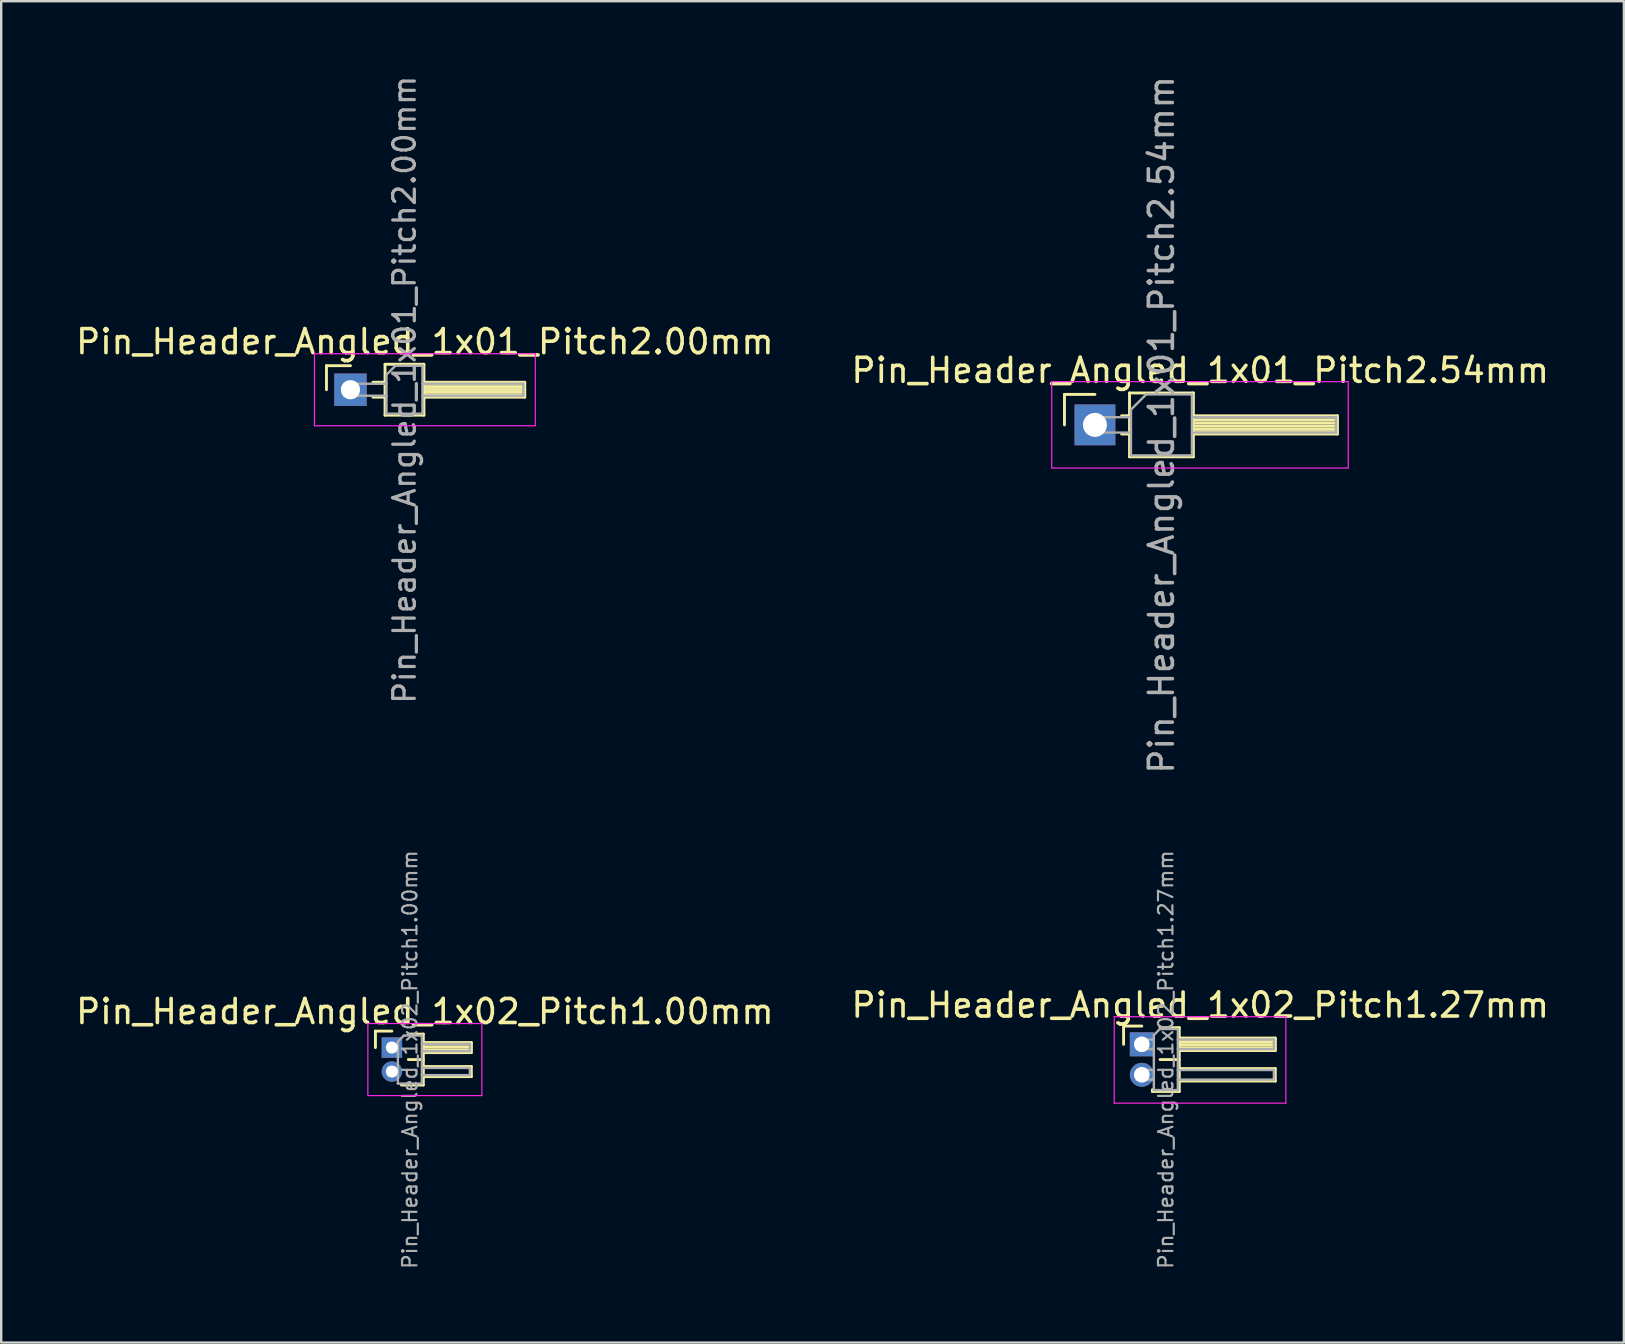
<source format=kicad_pcb>
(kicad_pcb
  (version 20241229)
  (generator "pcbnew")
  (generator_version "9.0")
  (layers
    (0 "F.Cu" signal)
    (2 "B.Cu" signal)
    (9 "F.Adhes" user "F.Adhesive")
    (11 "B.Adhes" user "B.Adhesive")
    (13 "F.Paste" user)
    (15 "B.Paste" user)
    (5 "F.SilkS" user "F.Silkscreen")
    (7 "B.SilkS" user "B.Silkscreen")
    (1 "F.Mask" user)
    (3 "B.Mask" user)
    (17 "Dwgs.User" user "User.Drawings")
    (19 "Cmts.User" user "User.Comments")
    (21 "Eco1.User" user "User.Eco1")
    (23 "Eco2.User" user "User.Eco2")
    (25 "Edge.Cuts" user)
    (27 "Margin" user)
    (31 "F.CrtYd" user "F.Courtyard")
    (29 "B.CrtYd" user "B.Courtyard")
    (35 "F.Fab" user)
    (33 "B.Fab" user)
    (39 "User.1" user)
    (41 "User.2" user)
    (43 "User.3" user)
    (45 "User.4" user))
  (footprint "Pin_Header_Angled_1x02_Pitch1.27mm"
    (layer "F.Cu")
    (at 44.514 40.452)
    (property "Reference" "Pin_Header_Angled_1x02_Pitch1.27mm" (at 2.433 -1.635 0) (layer "F.SilkS") (effects (font (size 1 1) (thickness 0.15))))
    (attr through_hole)
    (fp_line (start -0.76 -0.76) (end 0 -0.76) (stroke (width 0.12) (type solid)) (layer "F.SilkS"))
    (fp_line (start -0.76 0) (end -0.76 -0.76) (stroke (width 0.12) (type solid)) (layer "F.SilkS"))
    (fp_line (start 0.44 1.965) (end 0.44 1.89) (stroke (width 0.12) (type solid)) (layer "F.SilkS"))
    (fp_line (start 0.76 -0.695) (end 1.56 -0.695) (stroke (width 0.12) (type solid)) (layer "F.SilkS"))
    (fp_line (start 0.76 0.635) (end 1.56 0.635) (stroke (width 0.12) (type solid)) (layer "F.SilkS"))
    (fp_line (start 1.56 -0.695) (end 1.56 1.965) (stroke (width 0.12) (type solid)) (layer "F.SilkS"))
    (fp_line (start 1.56 -0.26) (end 5.56 -0.26) (stroke (width 0.12) (type solid)) (layer "F.SilkS"))
    (fp_line (start 1.56 -0.2) (end 5.56 -0.2) (stroke (width 0.12) (type solid)) (layer "F.SilkS"))
    (fp_line (start 1.56 -0.08) (end 5.56 -0.08) (stroke (width 0.12) (type solid)) (layer "F.SilkS"))
    (fp_line (start 1.56 0.04) (end 5.56 0.04) (stroke (width 0.12) (type solid)) (layer "F.SilkS"))
    (fp_line (start 1.56 0.16) (end 5.56 0.16) (stroke (width 0.12) (type solid)) (layer "F.SilkS"))
    (fp_line (start 1.56 1.01) (end 5.56 1.01) (stroke (width 0.12) (type solid)) (layer "F.SilkS"))
    (fp_line (start 1.56 1.965) (end 0.44 1.965) (stroke (width 0.12) (type solid)) (layer "F.SilkS"))
    (fp_line (start 5.56 -0.26) (end 5.56 0.26) (stroke (width 0.12) (type solid)) (layer "F.SilkS"))
    (fp_line (start 5.56 0.26) (end 1.56 0.26) (stroke (width 0.12) (type solid)) (layer "F.SilkS"))
    (fp_line (start 5.56 1.01) (end 5.56 1.53) (stroke (width 0.12) (type solid)) (layer "F.SilkS"))
    (fp_line (start 5.56 1.53) (end 1.56 1.53) (stroke (width 0.12) (type solid)) (layer "F.SilkS"))
    (fp_line (start -1.15 -1.15) (end -1.15 2.45) (stroke (width 0.05) (type solid)) (layer "F.CrtYd"))
    (fp_line (start -1.15 2.45) (end 6 2.45) (stroke (width 0.05) (type solid)) (layer "F.CrtYd"))
    (fp_line (start 6 -1.15) (end -1.15 -1.15) (stroke (width 0.05) (type solid)) (layer "F.CrtYd"))
    (fp_line (start 6 2.45) (end 6 -1.15) (stroke (width 0.05) (type solid)) (layer "F.CrtYd"))
    (fp_line (start -0.2 -0.2) (end -0.2 0.2) (stroke (width 0.1) (type solid)) (layer "F.Fab"))
    (fp_line (start -0.2 -0.2) (end 0.5 -0.2) (stroke (width 0.1) (type solid)) (layer "F.Fab"))
    (fp_line (start -0.2 0.2) (end 0.5 0.2) (stroke (width 0.1) (type solid)) (layer "F.Fab"))
    (fp_line (start -0.2 1.07) (end -0.2 1.47) (stroke (width 0.1) (type solid)) (layer "F.Fab"))
    (fp_line (start -0.2 1.07) (end 0.5 1.07) (stroke (width 0.1) (type solid)) (layer "F.Fab"))
    (fp_line (start -0.2 1.47) (end 0.5 1.47) (stroke (width 0.1) (type solid)) (layer "F.Fab"))
    (fp_line (start 0.5 -0.385) (end 0.75 -0.635) (stroke (width 0.1) (type solid)) (layer "F.Fab"))
    (fp_line (start 0.5 1.905) (end 0.5 -0.385) (stroke (width 0.1) (type solid)) (layer "F.Fab"))
    (fp_line (start 0.75 -0.635) (end 1.5 -0.635) (stroke (width 0.1) (type solid)) (layer "F.Fab"))
    (fp_line (start 1.5 -0.635) (end 1.5 1.905) (stroke (width 0.1) (type solid)) (layer "F.Fab"))
    (fp_line (start 1.5 -0.2) (end 5.5 -0.2) (stroke (width 0.1) (type solid)) (layer "F.Fab"))
    (fp_line (start 1.5 0.2) (end 5.5 0.2) (stroke (width 0.1) (type solid)) (layer "F.Fab"))
    (fp_line (start 1.5 1.07) (end 5.5 1.07) (stroke (width 0.1) (type solid)) (layer "F.Fab"))
    (fp_line (start 1.5 1.47) (end 5.5 1.47) (stroke (width 0.1) (type solid)) (layer "F.Fab"))
    (fp_line (start 1.5 1.905) (end 0.5 1.905) (stroke (width 0.1) (type solid)) (layer "F.Fab"))
    (fp_line (start 5.5 -0.2) (end 5.5 0.2) (stroke (width 0.1) (type solid)) (layer "F.Fab"))
    (fp_line (start 5.5 1.07) (end 5.5 1.47) (stroke (width 0.1) (type solid)) (layer "F.Fab"))
    (fp_text user "${REFERENCE}" (at 1 0.635 90) (layer "F.Fab") (effects (font (size 0.6 0.6) (thickness 0.09))))
    (pad "1" thru_hole rect (at 0 0) (size 1 1) (drill 0.65) (layers "*.Cu" "*.Mask"))
    (pad "2" thru_hole oval (at 0 1.27) (size 1 1) (drill 0.65) (layers "*.Cu" "*.Mask")))
  (footprint "Pin_Header_Angled_1x01_Pitch2.54mm"
    (layer "F.Cu")
    (at 42.561 14.649)
    (property "Reference" "Pin_Header_Angled_1x01_Pitch2.54mm" (at 4.385 -2.27 0) (layer "F.SilkS") (effects (font (size 1 1) (thickness 0.15))))
    (attr through_hole)
    (fp_line (start -1.27 -1.27) (end 0 -1.27) (stroke (width 0.12) (type solid)) (layer "F.SilkS"))
    (fp_line (start -1.27 0) (end -1.27 -1.27) (stroke (width 0.12) (type solid)) (layer "F.SilkS"))
    (fp_line (start 1.11 -0.38) (end 1.44 -0.38) (stroke (width 0.12) (type solid)) (layer "F.SilkS"))
    (fp_line (start 1.11 0.38) (end 1.44 0.38) (stroke (width 0.12) (type solid)) (layer "F.SilkS"))
    (fp_line (start 1.44 -1.33) (end 1.44 1.33) (stroke (width 0.12) (type solid)) (layer "F.SilkS"))
    (fp_line (start 1.44 1.33) (end 4.1 1.33) (stroke (width 0.12) (type solid)) (layer "F.SilkS"))
    (fp_line (start 4.1 -1.33) (end 1.44 -1.33) (stroke (width 0.12) (type solid)) (layer "F.SilkS"))
    (fp_line (start 4.1 -0.38) (end 10.1 -0.38) (stroke (width 0.12) (type solid)) (layer "F.SilkS"))
    (fp_line (start 4.1 -0.32) (end 10.1 -0.32) (stroke (width 0.12) (type solid)) (layer "F.SilkS"))
    (fp_line (start 4.1 -0.2) (end 10.1 -0.2) (stroke (width 0.12) (type solid)) (layer "F.SilkS"))
    (fp_line (start 4.1 -0.08) (end 10.1 -0.08) (stroke (width 0.12) (type solid)) (layer "F.SilkS"))
    (fp_line (start 4.1 0.04) (end 10.1 0.04) (stroke (width 0.12) (type solid)) (layer "F.SilkS"))
    (fp_line (start 4.1 0.16) (end 10.1 0.16) (stroke (width 0.12) (type solid)) (layer "F.SilkS"))
    (fp_line (start 4.1 0.28) (end 10.1 0.28) (stroke (width 0.12) (type solid)) (layer "F.SilkS"))
    (fp_line (start 4.1 1.33) (end 4.1 -1.33) (stroke (width 0.12) (type solid)) (layer "F.SilkS"))
    (fp_line (start 10.1 -0.38) (end 10.1 0.38) (stroke (width 0.12) (type solid)) (layer "F.SilkS"))
    (fp_line (start 10.1 0.38) (end 4.1 0.38) (stroke (width 0.12) (type solid)) (layer "F.SilkS"))
    (fp_line (start -1.8 -1.8) (end -1.8 1.8) (stroke (width 0.05) (type solid)) (layer "F.CrtYd"))
    (fp_line (start -1.8 1.8) (end 10.55 1.8) (stroke (width 0.05) (type solid)) (layer "F.CrtYd"))
    (fp_line (start 10.55 -1.8) (end -1.8 -1.8) (stroke (width 0.05) (type solid)) (layer "F.CrtYd"))
    (fp_line (start 10.55 1.8) (end 10.55 -1.8) (stroke (width 0.05) (type solid)) (layer "F.CrtYd"))
    (fp_line (start -0.32 -0.32) (end -0.32 0.32) (stroke (width 0.1) (type solid)) (layer "F.Fab"))
    (fp_line (start -0.32 -0.32) (end 1.5 -0.32) (stroke (width 0.1) (type solid)) (layer "F.Fab"))
    (fp_line (start -0.32 0.32) (end 1.5 0.32) (stroke (width 0.1) (type solid)) (layer "F.Fab"))
    (fp_line (start 1.5 -0.635) (end 2.135 -1.27) (stroke (width 0.1) (type solid)) (layer "F.Fab"))
    (fp_line (start 1.5 1.27) (end 1.5 -0.635) (stroke (width 0.1) (type solid)) (layer "F.Fab"))
    (fp_line (start 2.135 -1.27) (end 4.04 -1.27) (stroke (width 0.1) (type solid)) (layer "F.Fab"))
    (fp_line (start 4.04 -1.27) (end 4.04 1.27) (stroke (width 0.1) (type solid)) (layer "F.Fab"))
    (fp_line (start 4.04 -0.32) (end 10.04 -0.32) (stroke (width 0.1) (type solid)) (layer "F.Fab"))
    (fp_line (start 4.04 0.32) (end 10.04 0.32) (stroke (width 0.1) (type solid)) (layer "F.Fab"))
    (fp_line (start 4.04 1.27) (end 1.5 1.27) (stroke (width 0.1) (type solid)) (layer "F.Fab"))
    (fp_line (start 10.04 -0.32) (end 10.04 0.32) (stroke (width 0.1) (type solid)) (layer "F.Fab"))
    (fp_text user "${REFERENCE}" (at 2.77 0 90) (layer "F.Fab") (effects (font (size 1 1) (thickness 0.15))))
    (pad "1" thru_hole rect (at 0 0) (size 1.7 1.7) (drill 1) (layers "*.Cu" "*.Mask")))
  (footprint "Pin_Header_Angled_1x01_Pitch2.00mm"
    (layer "F.Cu")
    (at 11.549 13.184)
    (property "Reference" "Pin_Header_Angled_1x01_Pitch2.00mm" (at 3.1 -2 0) (layer "F.SilkS") (effects (font (size 1 1) (thickness 0.15))))
    (attr through_hole)
    (fp_line (start -1 -1) (end 0 -1) (stroke (width 0.12) (type solid)) (layer "F.SilkS"))
    (fp_line (start -1 0) (end -1 -1) (stroke (width 0.12) (type solid)) (layer "F.SilkS"))
    (fp_line (start 0.935 -0.31) (end 1.44 -0.31) (stroke (width 0.12) (type solid)) (layer "F.SilkS"))
    (fp_line (start 0.935 0.31) (end 1.44 0.31) (stroke (width 0.12) (type solid)) (layer "F.SilkS"))
    (fp_line (start 1.44 -1.06) (end 1.44 1.06) (stroke (width 0.12) (type solid)) (layer "F.SilkS"))
    (fp_line (start 1.44 1.06) (end 3.06 1.06) (stroke (width 0.12) (type solid)) (layer "F.SilkS"))
    (fp_line (start 3.06 -1.06) (end 1.44 -1.06) (stroke (width 0.12) (type solid)) (layer "F.SilkS"))
    (fp_line (start 3.06 -0.31) (end 7.26 -0.31) (stroke (width 0.12) (type solid)) (layer "F.SilkS"))
    (fp_line (start 3.06 -0.25) (end 7.26 -0.25) (stroke (width 0.12) (type solid)) (layer "F.SilkS"))
    (fp_line (start 3.06 -0.13) (end 7.26 -0.13) (stroke (width 0.12) (type solid)) (layer "F.SilkS"))
    (fp_line (start 3.06 -0.01) (end 7.26 -0.01) (stroke (width 0.12) (type solid)) (layer "F.SilkS"))
    (fp_line (start 3.06 0.11) (end 7.26 0.11) (stroke (width 0.12) (type solid)) (layer "F.SilkS"))
    (fp_line (start 3.06 0.23) (end 7.26 0.23) (stroke (width 0.12) (type solid)) (layer "F.SilkS"))
    (fp_line (start 3.06 1.06) (end 3.06 -1.06) (stroke (width 0.12) (type solid)) (layer "F.SilkS"))
    (fp_line (start 7.26 -0.31) (end 7.26 0.31) (stroke (width 0.12) (type solid)) (layer "F.SilkS"))
    (fp_line (start 7.26 0.31) (end 3.06 0.31) (stroke (width 0.12) (type solid)) (layer "F.SilkS"))
    (fp_line (start -1.5 -1.5) (end -1.5 1.5) (stroke (width 0.05) (type solid)) (layer "F.CrtYd"))
    (fp_line (start -1.5 1.5) (end 7.7 1.5) (stroke (width 0.05) (type solid)) (layer "F.CrtYd"))
    (fp_line (start 7.7 -1.5) (end -1.5 -1.5) (stroke (width 0.05) (type solid)) (layer "F.CrtYd"))
    (fp_line (start 7.7 1.5) (end 7.7 -1.5) (stroke (width 0.05) (type solid)) (layer "F.CrtYd"))
    (fp_line (start -0.25 -0.25) (end -0.25 0.25) (stroke (width 0.1) (type solid)) (layer "F.Fab"))
    (fp_line (start -0.25 -0.25) (end 1.5 -0.25) (stroke (width 0.1) (type solid)) (layer "F.Fab"))
    (fp_line (start -0.25 0.25) (end 1.5 0.25) (stroke (width 0.1) (type solid)) (layer "F.Fab"))
    (fp_line (start 1.5 -0.625) (end 1.875 -1) (stroke (width 0.1) (type solid)) (layer "F.Fab"))
    (fp_line (start 1.5 1) (end 1.5 -0.625) (stroke (width 0.1) (type solid)) (layer "F.Fab"))
    (fp_line (start 1.875 -1) (end 3 -1) (stroke (width 0.1) (type solid)) (layer "F.Fab"))
    (fp_line (start 3 -1) (end 3 1) (stroke (width 0.1) (type solid)) (layer "F.Fab"))
    (fp_line (start 3 -0.25) (end 7.2 -0.25) (stroke (width 0.1) (type solid)) (layer "F.Fab"))
    (fp_line (start 3 0.25) (end 7.2 0.25) (stroke (width 0.1) (type solid)) (layer "F.Fab"))
    (fp_line (start 3 1) (end 1.5 1) (stroke (width 0.1) (type solid)) (layer "F.Fab"))
    (fp_line (start 7.2 -0.25) (end 7.2 0.25) (stroke (width 0.1) (type solid)) (layer "F.Fab"))
    (fp_text user "${REFERENCE}" (at 2.25 0 90) (layer "F.Fab") (effects (font (size 0.9 0.9) (thickness 0.135))))
    (pad "1" thru_hole rect (at 0 0) (size 1.35 1.35) (drill 0.8) (layers "*.Cu" "*.Mask")))
  (footprint "Pin_Header_Angled_1x02_Pitch1.00mm"
    (layer "F.Cu")
    (at 13.274 40.587)
    (property "Reference" "Pin_Header_Angled_1x02_Pitch1.00mm" (at 1.375 -1.5 0) (layer "F.SilkS") (effects (font (size 1 1) (thickness 0.15))))
    (attr through_hole)
    (fp_line (start -0.685 -0.685) (end 0 -0.685) (stroke (width 0.12) (type solid)) (layer "F.SilkS"))
    (fp_line (start -0.685 0) (end -0.685 -0.685) (stroke (width 0.12) (type solid)) (layer "F.SilkS"))
    (fp_line (start 0.685 -0.56) (end 1.31 -0.56) (stroke (width 0.12) (type solid)) (layer "F.SilkS"))
    (fp_line (start 0.685 0.5) (end 1.31 0.5) (stroke (width 0.12) (type solid)) (layer "F.SilkS"))
    (fp_line (start 1.31 -0.56) (end 1.31 1.56) (stroke (width 0.12) (type solid)) (layer "F.SilkS"))
    (fp_line (start 1.31 -0.21) (end 3.31 -0.21) (stroke (width 0.12) (type solid)) (layer "F.SilkS"))
    (fp_line (start 1.31 -0.15) (end 3.31 -0.15) (stroke (width 0.12) (type solid)) (layer "F.SilkS"))
    (fp_line (start 1.31 -0.03) (end 3.31 -0.03) (stroke (width 0.12) (type solid)) (layer "F.SilkS"))
    (fp_line (start 1.31 0.09) (end 3.31 0.09) (stroke (width 0.12) (type solid)) (layer "F.SilkS"))
    (fp_line (start 1.31 0.79) (end 3.31 0.79) (stroke (width 0.12) (type solid)) (layer "F.SilkS"))
    (fp_line (start 1.31 1.56) (end 0.394 1.56) (stroke (width 0.12) (type solid)) (layer "F.SilkS"))
    (fp_line (start 3.31 -0.21) (end 3.31 0.21) (stroke (width 0.12) (type solid)) (layer "F.SilkS"))
    (fp_line (start 3.31 0.21) (end 1.31 0.21) (stroke (width 0.12) (type solid)) (layer "F.SilkS"))
    (fp_line (start 3.31 0.79) (end 3.31 1.21) (stroke (width 0.12) (type solid)) (layer "F.SilkS"))
    (fp_line (start 3.31 1.21) (end 1.31 1.21) (stroke (width 0.12) (type solid)) (layer "F.SilkS"))
    (fp_line (start -1 -1) (end -1 2) (stroke (width 0.05) (type solid)) (layer "F.CrtYd"))
    (fp_line (start -1 2) (end 3.75 2) (stroke (width 0.05) (type solid)) (layer "F.CrtYd"))
    (fp_line (start 3.75 -1) (end -1 -1) (stroke (width 0.05) (type solid)) (layer "F.CrtYd"))
    (fp_line (start 3.75 2) (end 3.75 -1) (stroke (width 0.05) (type solid)) (layer "F.CrtYd"))
    (fp_line (start -0.15 -0.15) (end -0.15 0.15) (stroke (width 0.1) (type solid)) (layer "F.Fab"))
    (fp_line (start -0.15 -0.15) (end 0.25 -0.15) (stroke (width 0.1) (type solid)) (layer "F.Fab"))
    (fp_line (start -0.15 0.15) (end 0.25 0.15) (stroke (width 0.1) (type solid)) (layer "F.Fab"))
    (fp_line (start -0.15 0.85) (end -0.15 1.15) (stroke (width 0.1) (type solid)) (layer "F.Fab"))
    (fp_line (start -0.15 0.85) (end 0.25 0.85) (stroke (width 0.1) (type solid)) (layer "F.Fab"))
    (fp_line (start -0.15 1.15) (end 0.25 1.15) (stroke (width 0.1) (type solid)) (layer "F.Fab"))
    (fp_line (start 0.25 -0.25) (end 0.5 -0.5) (stroke (width 0.1) (type solid)) (layer "F.Fab"))
    (fp_line (start 0.25 1.5) (end 0.25 -0.25) (stroke (width 0.1) (type solid)) (layer "F.Fab"))
    (fp_line (start 0.5 -0.5) (end 1.25 -0.5) (stroke (width 0.1) (type solid)) (layer "F.Fab"))
    (fp_line (start 1.25 -0.5) (end 1.25 1.5) (stroke (width 0.1) (type solid)) (layer "F.Fab"))
    (fp_line (start 1.25 -0.15) (end 3.25 -0.15) (stroke (width 0.1) (type solid)) (layer "F.Fab"))
    (fp_line (start 1.25 0.15) (end 3.25 0.15) (stroke (width 0.1) (type solid)) (layer "F.Fab"))
    (fp_line (start 1.25 0.85) (end 3.25 0.85) (stroke (width 0.1) (type solid)) (layer "F.Fab"))
    (fp_line (start 1.25 1.15) (end 3.25 1.15) (stroke (width 0.1) (type solid)) (layer "F.Fab"))
    (fp_line (start 1.25 1.5) (end 0.25 1.5) (stroke (width 0.1) (type solid)) (layer "F.Fab"))
    (fp_line (start 3.25 -0.15) (end 3.25 0.15) (stroke (width 0.1) (type solid)) (layer "F.Fab"))
    (fp_line (start 3.25 0.85) (end 3.25 1.15) (stroke (width 0.1) (type solid)) (layer "F.Fab"))
    (fp_text user "${REFERENCE}" (at 0.75 0.5 90) (layer "F.Fab") (effects (font (size 0.6 0.6) (thickness 0.09))))
    (pad "1" thru_hole rect (at 0 0) (size 0.85 0.85) (drill 0.5) (layers "*.Cu" "*.Mask"))
    (pad "2" thru_hole oval (at 0 1) (size 0.85 0.85) (drill 0.5) (layers "*.Cu" "*.Mask")))
  (gr_rect
    (start -3 -3)
    (end 64.595 52.876)
    (stroke (width 0.1) (type default))
    (fill no)
    (layer "Edge.Cuts")))
</source>
